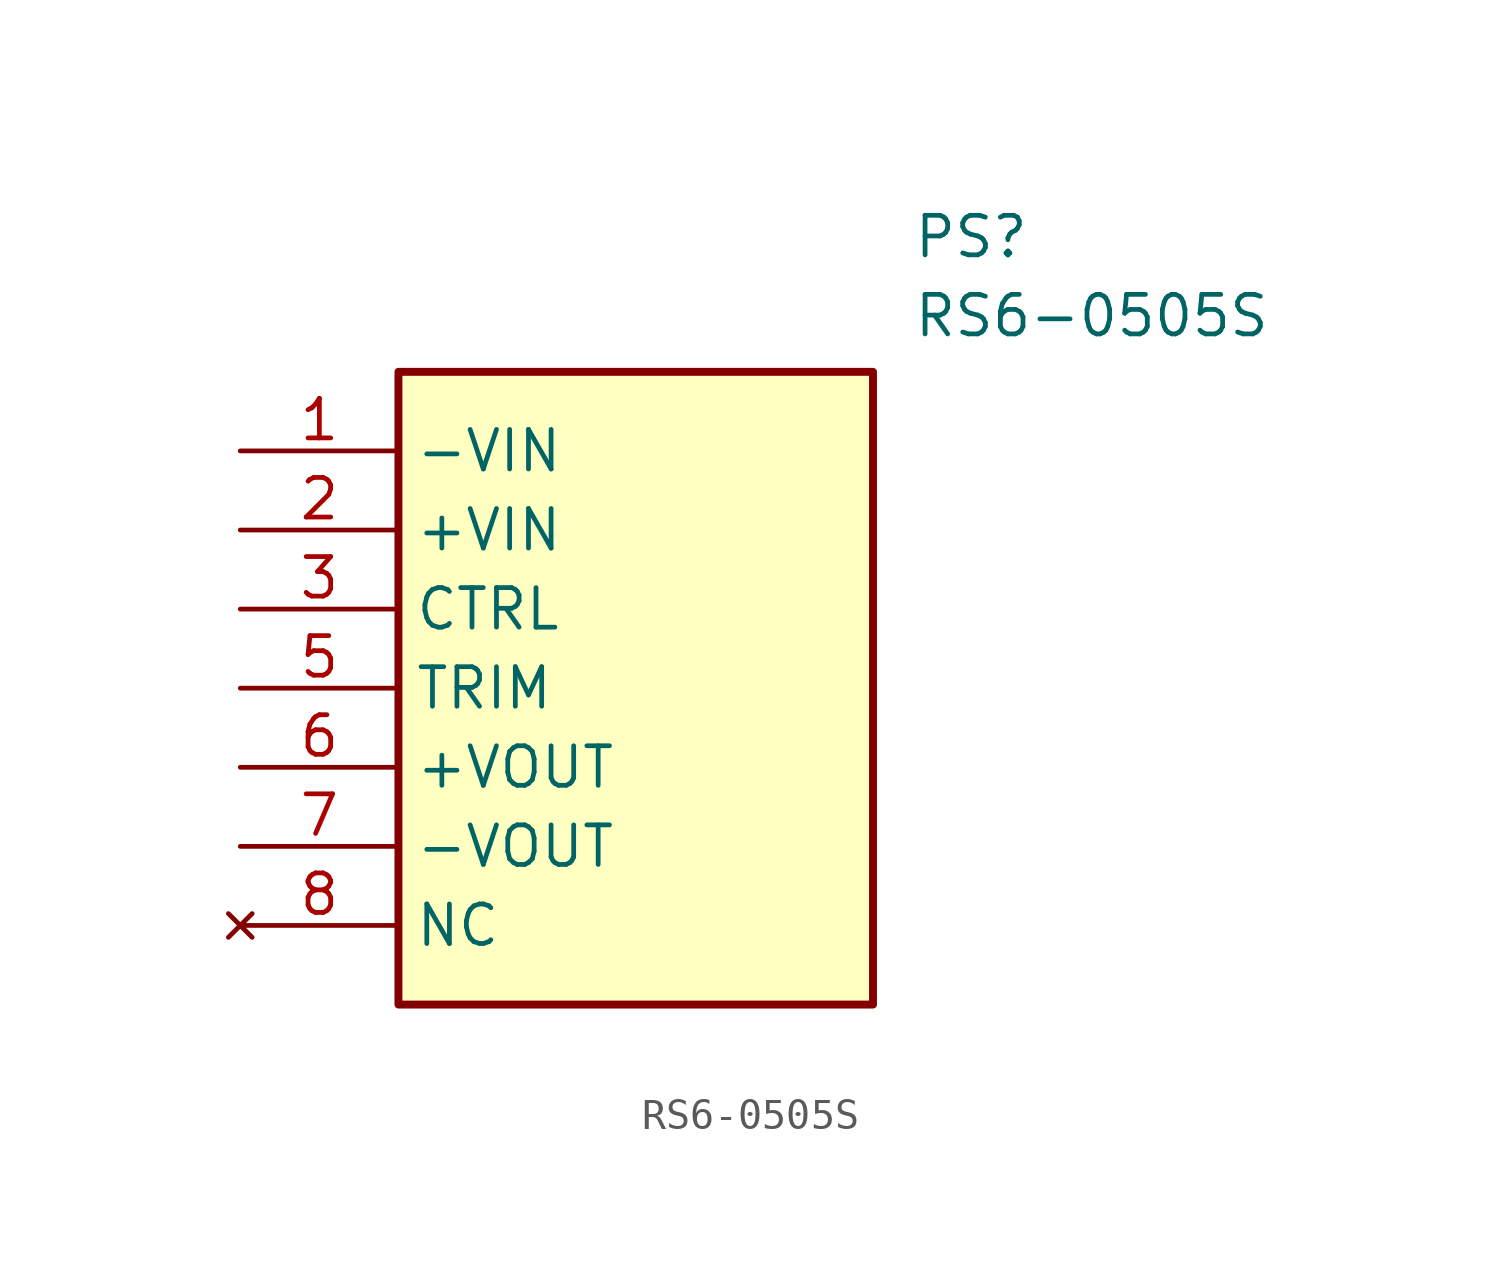
<source format=kicad_sym>
(kicad_symbol_lib
  (version 20211014)
  (generator SamacSys_ECAD_Model)
  (symbol "RS6-0505S"
    (property "Reference" "PS"
      (at 21.59 7.62 0)
      (effects (font (size 1.27 1.27)) (justify left top)))
    (property "Value" "RS6-0505S"
      (at 21.59 5.08 0)
      (effects (font (size 1.27 1.27)) (justify left top)))
    (rectangle
      (start 5.08 2.54)
      (end 20.32 -17.78)
      (stroke (width 0.254) (type default))
      (fill (type background)))
    (pin passive line
      (at 0 0 0)
      (length 5.08)
      (name "-VIN" (effects (font (size 1.27 1.27))))
      (number "1" (effects (font (size 1.27 1.27)))))
    (pin passive line
      (at 0 -2.54 0)
      (length 5.08)
      (name "+VIN" (effects (font (size 1.27 1.27))))
      (number "2" (effects (font (size 1.27 1.27)))))
    (pin passive line
      (at 0 -5.08 0)
      (length 5.08)
      (name "CTRL" (effects (font (size 1.27 1.27))))
      (number "3" (effects (font (size 1.27 1.27)))))
    (pin passive line
      (at 0 -7.62 0)
      (length 5.08)
      (name "TRIM" (effects (font (size 1.27 1.27))))
      (number "5" (effects (font (size 1.27 1.27)))))
    (pin passive line
      (at 0 -10.16 0)
      (length 5.08)
      (name "+VOUT" (effects (font (size 1.27 1.27))))
      (number "6" (effects (font (size 1.27 1.27)))))
    (pin passive line
      (at 0 -12.7 0)
      (length 5.08)
      (name "-VOUT" (effects (font (size 1.27 1.27))))
      (number "7" (effects (font (size 1.27 1.27)))))
    (pin no_connect line
      (at 0 -15.24 0)
      (length 5.08)
      (name "NC" (effects (font (size 1.27 1.27))))
      (number "8" (effects (font (size 1.27 1.27)))))))
</source>
